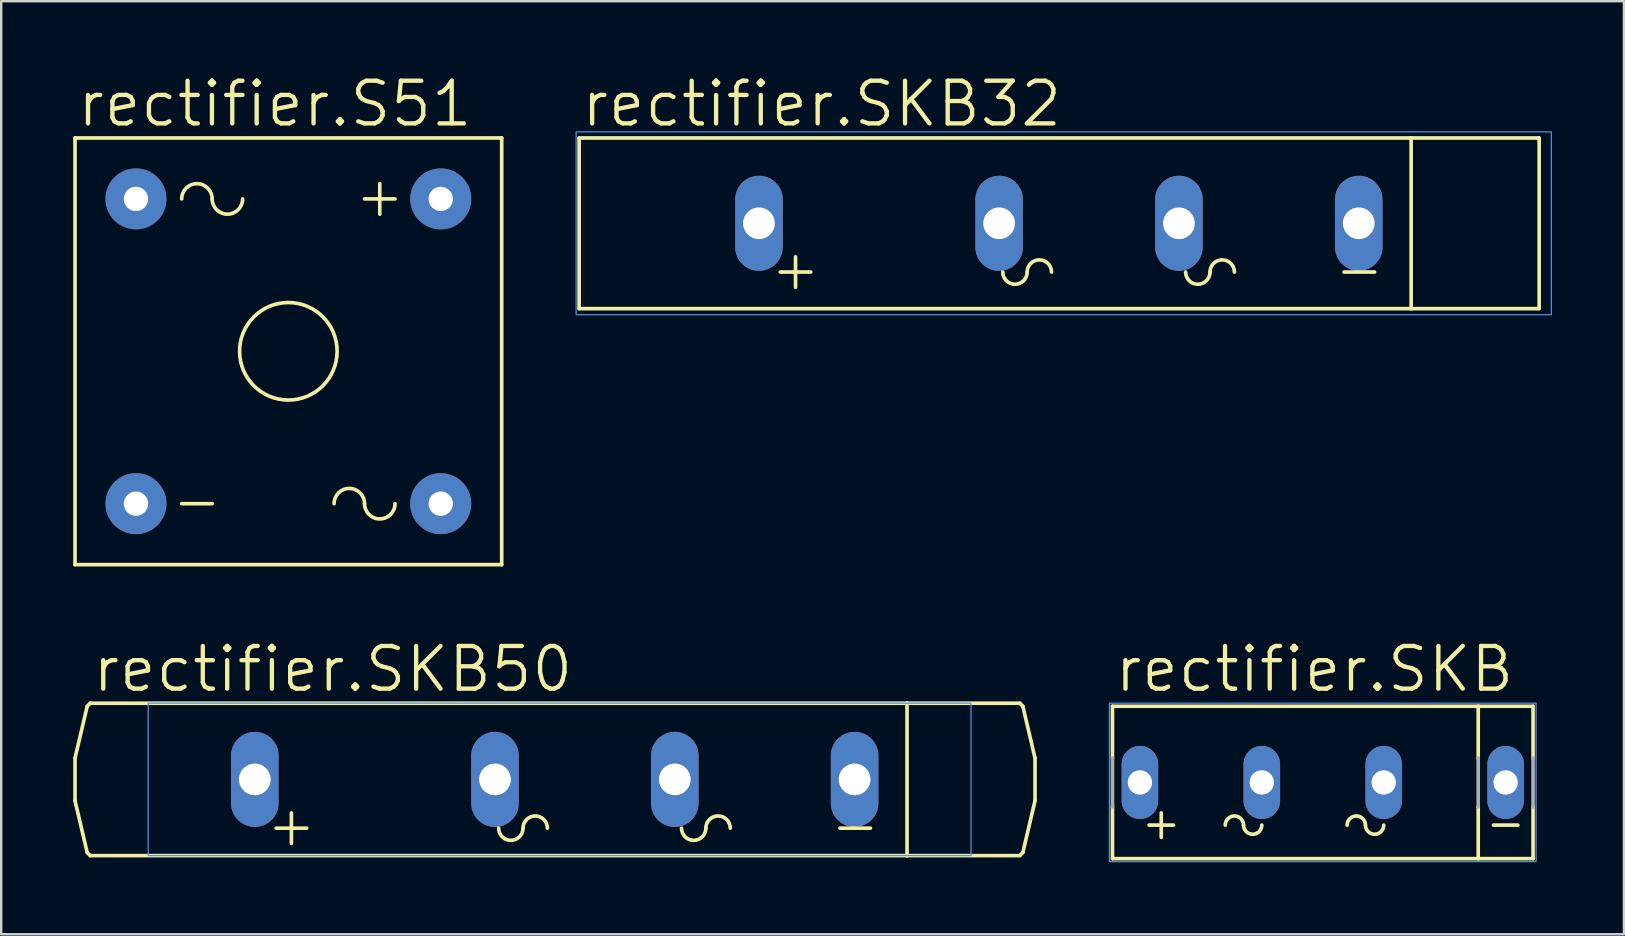
<source format=kicad_pcb>
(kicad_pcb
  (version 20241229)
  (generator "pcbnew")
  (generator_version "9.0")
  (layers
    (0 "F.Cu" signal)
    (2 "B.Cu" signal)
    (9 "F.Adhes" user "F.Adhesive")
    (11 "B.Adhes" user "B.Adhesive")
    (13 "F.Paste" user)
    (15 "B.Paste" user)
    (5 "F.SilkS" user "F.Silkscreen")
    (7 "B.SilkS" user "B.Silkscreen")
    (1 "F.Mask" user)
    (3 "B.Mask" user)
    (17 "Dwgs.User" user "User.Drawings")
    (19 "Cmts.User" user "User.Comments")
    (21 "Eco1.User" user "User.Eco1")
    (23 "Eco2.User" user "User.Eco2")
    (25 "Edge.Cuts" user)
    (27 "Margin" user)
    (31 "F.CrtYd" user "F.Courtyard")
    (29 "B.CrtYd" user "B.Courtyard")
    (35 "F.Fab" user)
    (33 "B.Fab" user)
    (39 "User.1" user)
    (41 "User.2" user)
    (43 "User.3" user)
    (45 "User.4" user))
  (footprint "rectifier.SKB50"
    (layer "F.Cu")
    (at 21.539 29.429)
    (property "Reference" "rectifier.SKB50" (at -20.828 -3.556 0) (layer "F.SilkS") (effects (font (size 1.778 1.778) (thickness 0.18)) (justify left bottom)))
    (attr through_hole)
    (fp_line (start -21.463 -0.889) (end -21.463 0.889) (stroke (width 0.152) (type default)) (layer "F.SilkS"))
    (fp_line (start -20.955 -3.048) (end -21.463 -0.889) (stroke (width 0.152) (type default)) (layer "F.SilkS"))
    (fp_line (start -20.955 3.048) (end -21.463 0.889) (stroke (width 0.152) (type default)) (layer "F.SilkS"))
    (fp_line (start -20.828 -3.175) (end -20.955 -3.048) (stroke (width 0.152) (type default)) (layer "F.SilkS"))
    (fp_line (start -20.828 3.175) (end -20.955 3.048) (stroke (width 0.152) (type default)) (layer "F.SilkS"))
    (fp_line (start -13.081 2.032) (end -11.811 2.032) (stroke (width 0.152) (type default)) (layer "F.SilkS"))
    (fp_line (start -12.446 2.667) (end -12.446 1.397) (stroke (width 0.152) (type default)) (layer "F.SilkS"))
    (fp_line (start 10.414 2.032) (end 11.684 2.032) (stroke (width 0.152) (type default)) (layer "F.SilkS"))
    (fp_line (start 13.208 -3.175) (end -20.828 -3.175) (stroke (width 0.152) (type default)) (layer "F.SilkS"))
    (fp_line (start 13.208 -3.175) (end 17.907 -3.175) (stroke (width 0.152) (type default)) (layer "F.SilkS"))
    (fp_line (start 13.208 3.175) (end -20.828 3.175) (stroke (width 0.152) (type default)) (layer "F.SilkS"))
    (fp_line (start 13.208 3.175) (end 13.208 -3.175) (stroke (width 0.152) (type default)) (layer "F.SilkS"))
    (fp_line (start 13.208 3.175) (end 17.907 3.175) (stroke (width 0.152) (type default)) (layer "F.SilkS"))
    (fp_line (start 17.907 -3.175) (end 18.034 -3.048) (stroke (width 0.152) (type default)) (layer "F.SilkS"))
    (fp_line (start 17.907 3.175) (end 18.034 3.048) (stroke (width 0.152) (type default)) (layer "F.SilkS"))
    (fp_line (start 18.034 -3.048) (end 18.542 -0.889) (stroke (width 0.152) (type default)) (layer "F.SilkS"))
    (fp_line (start 18.034 3.048) (end 18.542 0.889) (stroke (width 0.152) (type default)) (layer "F.SilkS"))
    (fp_line (start 18.542 0.889) (end 18.542 -0.889) (stroke (width 0.152) (type default)) (layer "F.SilkS"))
    (fp_arc (start -2.794 2.032) (mid -3.302 2.54) (end -3.81 2.032) (stroke (width 0.1524) (type default)) (layer "F.SilkS"))
    (fp_arc (start -2.794 2.032) (mid -2.286 1.524) (end -1.778 2.032) (stroke (width 0.1524) (type default)) (layer "F.SilkS"))
    (fp_arc (start 4.826 2.032) (mid 4.318 2.54) (end 3.81 2.032) (stroke (width 0.1524) (type default)) (layer "F.SilkS"))
    (fp_arc (start 4.826 2.032) (mid 5.334 1.524) (end 5.842 2.032) (stroke (width 0.1524) (type default)) (layer "F.SilkS"))
    (fp_rect (start -18.415 3.175) (end 15.875 -3.175) (stroke (width 0.05) (type default)) (fill no) (layer "Cmts.User"))
    (pad "+" thru_hole oval (at -13.97 0 90) (size 3.962 1.981) (drill 1.321) (layers "*.Cu" "*.Mask"))
    (pad "-" thru_hole oval (at 11.024 0 90) (size 3.962 1.981) (drill 1.321) (layers "*.Cu" "*.Mask"))
    (pad "AC1" thru_hole oval (at -3.962 0 90) (size 3.962 1.981) (drill 1.321) (layers "*.Cu" "*.Mask"))
    (pad "AC2" thru_hole oval (at 3.531 0 90) (size 3.962 1.981) (drill 1.321) (layers "*.Cu" "*.Mask")))
  (footprint "rectifier.SKB"
    (layer "F.Cu")
    (at 52.072 29.556)
    (property "Reference" "rectifier.SKB" (at -8.763 -3.683 0) (layer "F.SilkS") (effects (font (size 1.778 1.778) (thickness 0.18)) (justify left bottom)))
    (attr through_hole)
    (fp_line (start -8.763 -1.016) (end -8.763 -3.175) (stroke (width 0.152) (type default)) (layer "F.SilkS"))
    (fp_line (start -8.763 3.175) (end -8.763 1.016) (stroke (width 0.152) (type default)) (layer "F.SilkS"))
    (fp_line (start -8.763 3.175) (end 6.477 3.175) (stroke (width 0.152) (type default)) (layer "F.SilkS"))
    (fp_line (start -7.239 1.778) (end -6.223 1.778) (stroke (width 0.152) (type default)) (layer "F.SilkS"))
    (fp_line (start -6.731 1.27) (end -6.731 2.286) (stroke (width 0.152) (type default)) (layer "F.SilkS"))
    (fp_line (start 6.477 -3.175) (end -8.763 -3.175) (stroke (width 0.152) (type default)) (layer "F.SilkS"))
    (fp_line (start 6.477 -1.016) (end 6.477 -3.175) (stroke (width 0.152) (type default)) (layer "F.SilkS"))
    (fp_line (start 6.477 3.175) (end 6.477 1.016) (stroke (width 0.152) (type default)) (layer "F.SilkS"))
    (fp_line (start 6.477 3.175) (end 8.763 3.175) (stroke (width 0.152) (type default)) (layer "F.SilkS"))
    (fp_line (start 7.112 1.778) (end 8.128 1.778) (stroke (width 0.152) (type default)) (layer "F.SilkS"))
    (fp_line (start 8.763 -3.175) (end 6.477 -3.175) (stroke (width 0.152) (type default)) (layer "F.SilkS"))
    (fp_line (start 8.763 -1.016) (end 8.763 -3.175) (stroke (width 0.152) (type default)) (layer "F.SilkS"))
    (fp_line (start 8.763 3.175) (end 8.763 1.016) (stroke (width 0.152) (type default)) (layer "F.SilkS"))
    (fp_arc (start -4.064 1.778) (mid -3.683 1.397) (end -3.302 1.778) (stroke (width 0.1524) (type default)) (layer "F.SilkS"))
    (fp_arc (start -2.54 1.778) (mid -2.921 2.159) (end -3.302 1.778) (stroke (width 0.1524) (type default)) (layer "F.SilkS"))
    (fp_arc (start 1.016 1.778) (mid 1.397 1.397) (end 1.778 1.778) (stroke (width 0.1524) (type default)) (layer "F.SilkS"))
    (fp_arc (start 2.54 1.778) (mid 2.159 2.159) (end 1.778 1.778) (stroke (width 0.1524) (type default)) (layer "F.SilkS"))
    (fp_rect (start -8.89 3.302) (end 8.89 -3.302) (stroke (width 0.05) (type default)) (fill no) (layer "Cmts.User"))
    (fp_line (start -8.763 -1.016) (end -8.763 1.016) (stroke (width 0.152) (type default)) (layer "F.Fab"))
    (fp_line (start 6.477 -1.016) (end 6.477 1.016) (stroke (width 0.152) (type default)) (layer "F.Fab"))
    (fp_line (start 8.763 -1.016) (end 8.763 1.016) (stroke (width 0.152) (type default)) (layer "F.Fab"))
    (pad "+" thru_hole oval (at -7.62 0 90) (size 3.048 1.524) (drill 1.016) (layers "*.Cu" "*.Mask"))
    (pad "-" thru_hole oval (at 7.62 0 90) (size 3.048 1.524) (drill 1.016) (layers "*.Cu" "*.Mask"))
    (pad "AC1" thru_hole oval (at -2.54 0 90) (size 3.048 1.524) (drill 1.016) (layers "*.Cu" "*.Mask"))
    (pad "AC2" thru_hole oval (at 2.54 0 90) (size 3.048 1.524) (drill 1.016) (layers "*.Cu" "*.Mask")))
  (footprint "rectifier.SKB32"
    (layer "F.Cu")
    (at 42.547 6.255)
    (property "Reference" "rectifier.SKB32" (at -21.463 -3.937 0) (layer "F.SilkS") (effects (font (size 1.778 1.778) (thickness 0.18)) (justify left bottom)))
    (attr through_hole)
    (fp_line (start -21.463 -3.556) (end -21.463 3.556) (stroke (width 0.152) (type default)) (layer "F.SilkS"))
    (fp_line (start -21.463 -3.556) (end 13.208 -3.556) (stroke (width 0.152) (type default)) (layer "F.SilkS"))
    (fp_line (start -21.463 3.556) (end 13.208 3.556) (stroke (width 0.152) (type default)) (layer "F.SilkS"))
    (fp_line (start -13.081 2.032) (end -11.811 2.032) (stroke (width 0.152) (type default)) (layer "F.SilkS"))
    (fp_line (start -12.446 2.667) (end -12.446 1.397) (stroke (width 0.152) (type default)) (layer "F.SilkS"))
    (fp_line (start 10.414 2.032) (end 11.684 2.032) (stroke (width 0.152) (type default)) (layer "F.SilkS"))
    (fp_line (start 13.208 -3.556) (end 18.542 -3.556) (stroke (width 0.152) (type default)) (layer "F.SilkS"))
    (fp_line (start 13.208 3.556) (end 13.208 -3.556) (stroke (width 0.152) (type default)) (layer "F.SilkS"))
    (fp_line (start 13.208 3.556) (end 18.542 3.556) (stroke (width 0.152) (type default)) (layer "F.SilkS"))
    (fp_line (start 18.542 3.556) (end 18.542 -3.556) (stroke (width 0.152) (type default)) (layer "F.SilkS"))
    (fp_arc (start -2.794 2.032) (mid -3.302 2.54) (end -3.81 2.032) (stroke (width 0.1524) (type default)) (layer "F.SilkS"))
    (fp_arc (start -2.794 2.032) (mid -2.286 1.524) (end -1.778 2.032) (stroke (width 0.1524) (type default)) (layer "F.SilkS"))
    (fp_arc (start 4.826 2.032) (mid 4.318 2.54) (end 3.81 2.032) (stroke (width 0.1524) (type default)) (layer "F.SilkS"))
    (fp_arc (start 4.826 2.032) (mid 5.334 1.524) (end 5.842 2.032) (stroke (width 0.1524) (type default)) (layer "F.SilkS"))
    (fp_rect (start -21.59 3.81) (end 19.05 -3.81) (stroke (width 0.05) (type default)) (fill no) (layer "Cmts.User"))
    (pad "+" thru_hole oval (at -13.97 0 90) (size 3.962 1.981) (drill 1.321) (layers "*.Cu" "*.Mask"))
    (pad "-" thru_hole oval (at 11.024 0 90) (size 3.962 1.981) (drill 1.321) (layers "*.Cu" "*.Mask"))
    (pad "AC1" thru_hole oval (at -3.962 0 90) (size 3.962 1.981) (drill 1.321) (layers "*.Cu" "*.Mask"))
    (pad "AC2" thru_hole oval (at 3.531 0 90) (size 3.962 1.981) (drill 1.321) (layers "*.Cu" "*.Mask")))
  (footprint "rectifier.S51"
    (layer "F.Cu")
    (at 8.966 11.589)
    (property "Reference" "rectifier.S51" (at -8.89 -9.271 0) (layer "F.SilkS") (effects (font (size 1.778 1.778) (thickness 0.18)) (justify left bottom)))
    (attr through_hole)
    (fp_line (start -8.89 8.89) (end -8.89 -8.89) (stroke (width 0.152) (type default)) (layer "F.SilkS"))
    (fp_line (start -8.89 8.89) (end 8.89 8.89) (stroke (width 0.152) (type default)) (layer "F.SilkS"))
    (fp_line (start -4.445 6.35) (end -3.175 6.35) (stroke (width 0.152) (type default)) (layer "F.SilkS"))
    (fp_line (start 3.175 -6.35) (end 4.445 -6.35) (stroke (width 0.152) (type default)) (layer "F.SilkS"))
    (fp_line (start 3.81 -6.985) (end 3.81 -5.715) (stroke (width 0.152) (type default)) (layer "F.SilkS"))
    (fp_line (start 8.89 -8.89) (end -8.89 -8.89) (stroke (width 0.152) (type default)) (layer "F.SilkS"))
    (fp_line (start 8.89 -8.89) (end 8.89 8.89) (stroke (width 0.152) (type default)) (layer "F.SilkS"))
    (fp_arc (start -4.445 -6.35) (mid -3.81 -6.985) (end -3.175 -6.35) (stroke (width 0.1524) (type default)) (layer "F.SilkS"))
    (fp_arc (start -1.905 -6.35) (mid -2.54 -5.715) (end -3.175 -6.35) (stroke (width 0.1524) (type default)) (layer "F.SilkS"))
    (fp_arc (start 1.905 6.35) (mid 2.54 5.715) (end 3.175 6.35) (stroke (width 0.1524) (type default)) (layer "F.SilkS"))
    (fp_arc (start 4.445 6.35) (mid 3.81 6.985) (end 3.175 6.35) (stroke (width 0.1524) (type default)) (layer "F.SilkS"))
    (fp_circle (center 0 0) (end 2.032 0) (stroke (width 0.152) (type default)) (fill no) (layer "F.SilkS"))
    (pad "+" thru_hole circle (at 6.35 -6.35) (size 2.54 2.54) (drill 1.016) (layers "*.Cu" "*.Mask"))
    (pad "-" thru_hole circle (at -6.35 6.35) (size 2.54 2.54) (drill 1.016) (layers "*.Cu" "*.Mask"))
    (pad "AC1" thru_hole circle (at -6.35 -6.35) (size 2.54 2.54) (drill 1.016) (layers "*.Cu" "*.Mask"))
    (pad "AC2" thru_hole circle (at 6.35 6.35) (size 2.54 2.54) (drill 1.016) (layers "*.Cu" "*.Mask")))
  (gr_rect
    (start -3 -3)
    (end 64.622 35.883)
    (stroke (width 0.1) (type default))
    (fill no)
    (layer "Edge.Cuts")))
</source>
